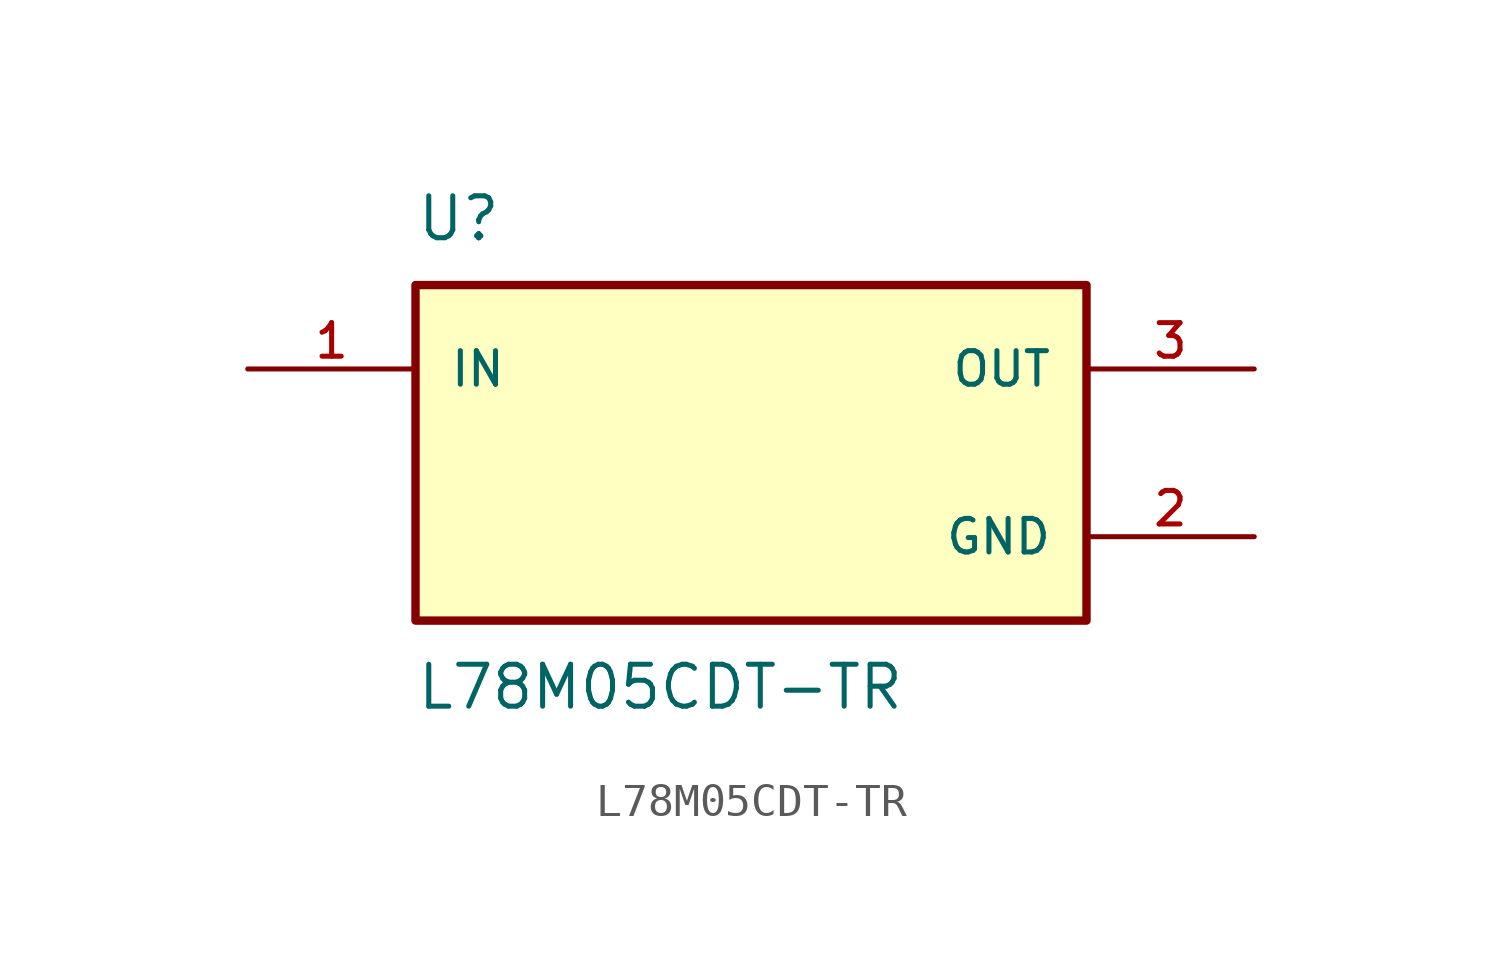
<source format=kicad_sym>
(kicad_symbol_lib
  (version 20211014)
  (generator kicad_symbol_editor)
  (symbol "L78M05CDT-TR"
    (pin_names
      (offset 1.016))
    (property "Reference" "U"
      (at -10.16 6.35 0.0)
      (effects (font (size 1.27 1.27)) (justify bottom left)))
    (property "Value" "L78M05CDT-TR"
      (at -10.16 -6.35 0.0)
      (effects (font (size 1.27 1.27)) (justify top left)))
    (symbol "L78M05CDT-TR_0_0"
      (rectangle (start -10.16 -5.08) (end 10.16 5.08) (stroke (width 0.254)) (fill (type background)))
      (pin input line (at -15.24 2.54 0) (length 5.08) (name "IN" (effects (font (size 1.016 1.016)))) (number "1" (effects (font (size 1.016 1.016)))))
      (pin power_in line (at 15.24 -2.54 180.0) (length 5.08) (name "GND" (effects (font (size 1.016 1.016)))) (number "2" (effects (font (size 1.016 1.016)))))
      (pin output line (at 15.24 2.54 180.0) (length 5.08) (name "OUT" (effects (font (size 1.016 1.016)))) (number "3" (effects (font (size 1.016 1.016))))))))
</source>
